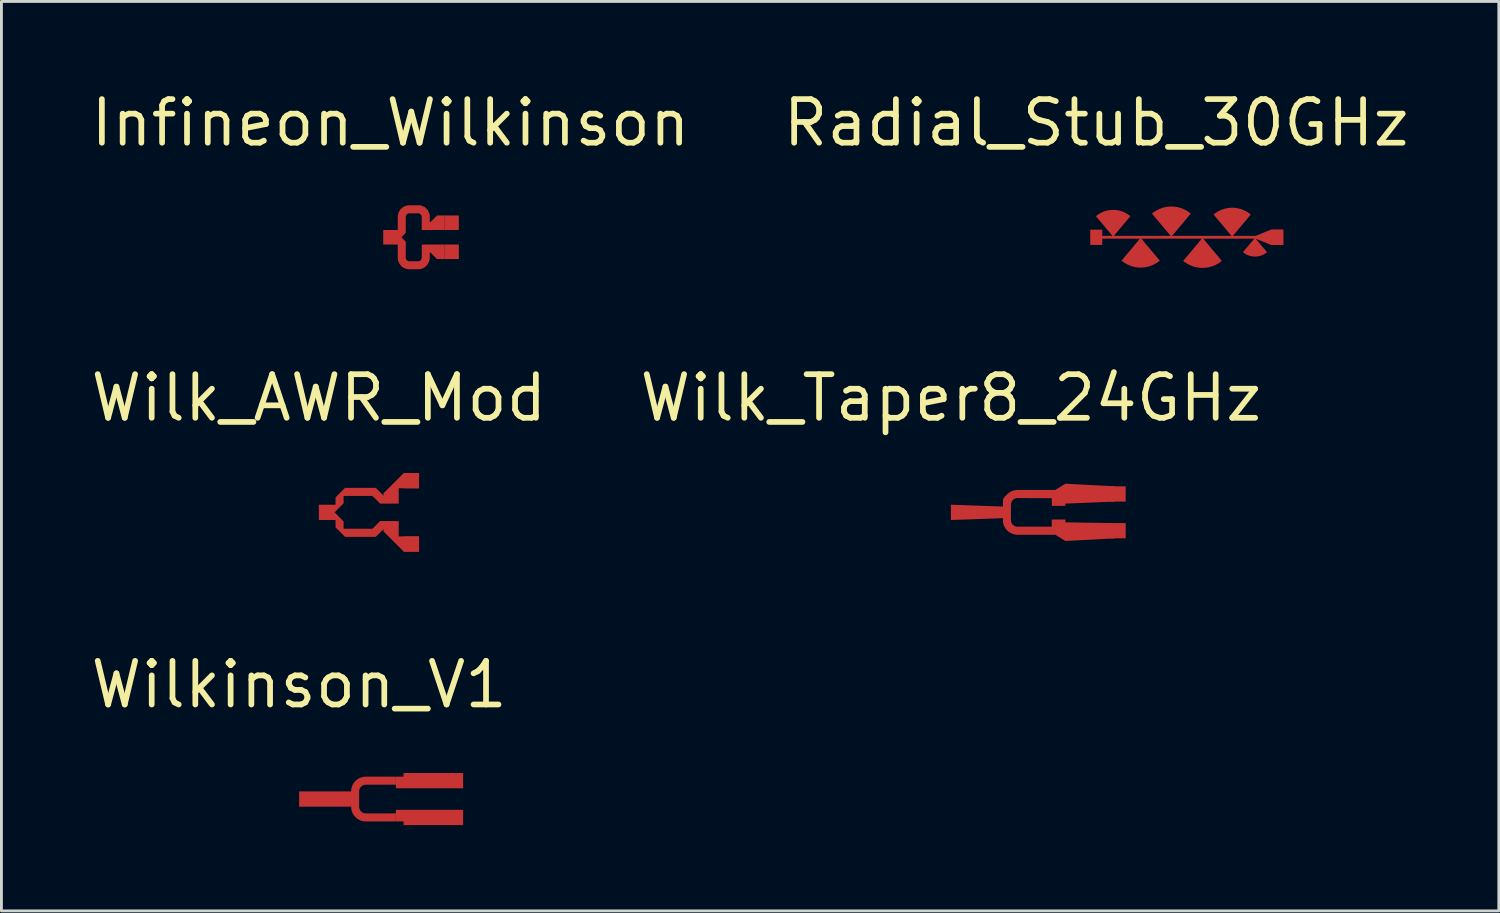
<source format=kicad_pcb>
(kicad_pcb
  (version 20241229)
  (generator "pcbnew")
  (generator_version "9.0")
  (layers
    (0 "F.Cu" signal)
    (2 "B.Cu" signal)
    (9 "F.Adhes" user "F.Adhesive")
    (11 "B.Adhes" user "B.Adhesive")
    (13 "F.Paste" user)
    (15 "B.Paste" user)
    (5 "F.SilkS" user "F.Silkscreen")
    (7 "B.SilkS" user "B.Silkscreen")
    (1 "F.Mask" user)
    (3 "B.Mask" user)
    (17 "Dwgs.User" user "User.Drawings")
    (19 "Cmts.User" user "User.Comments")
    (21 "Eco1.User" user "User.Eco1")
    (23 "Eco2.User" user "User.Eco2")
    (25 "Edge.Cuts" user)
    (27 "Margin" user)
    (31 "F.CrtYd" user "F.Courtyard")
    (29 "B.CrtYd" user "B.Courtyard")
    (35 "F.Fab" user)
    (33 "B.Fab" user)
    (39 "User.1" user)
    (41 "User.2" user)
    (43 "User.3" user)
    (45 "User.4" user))
  (footprint "Wilk_AWR_Mod"
    (layer "F.Cu")
    (at 8.094 14.857)
    (property "Reference" "Wilk_AWR_Mod" (at 0 -4 0) (layer "F.SilkS") (effects (font (size 1.524 1.524) (thickness 0.2))))
    (attr through_hole)
    (fp_poly (pts (xy 2.43 -0.61) (xy 2.277 -0.61) (xy 2.277 -0.457) (xy 2.277 -0.305) (xy 2.771 -0.305) (xy 2.771 -0.61)) (stroke (width 0) (type solid)) (fill yes) (layer "F.Mask"))
    (fp_poly (pts (xy 2.433 0.305) (xy 2.281 0.305) (xy 2.281 0.457) (xy 2.281 0.61) (xy 2.774 0.61) (xy 2.774 0.305)) (stroke (width 0) (type solid)) (fill yes) (layer "F.Mask"))
    (fp_poly (pts (xy 0 0) (xy 0 -0.559) (xy 0.711 -1.219) (xy 1.981 -1.219) (xy 2.54 -1.778) (xy 3.505 -1.778) (xy 3.505 0.762) (xy 2.946 0.762) (xy 2.946 -0.762) (xy 2.123 -0.762) (xy 2.123 0.762) (xy 2.885 0.762) (xy 3.505 0.762) (xy 3.505 1.778) (xy 2.54 1.778) (xy 1.981 1.219) (xy 0.711 1.219) (xy 0 0.559)) (stroke (width 0) (type solid)) (fill yes) (layer "F.Mask"))
    (pad "1" smd custom (at 0.267 0) (size 0.533 0.533) (layers "F.Cu") (options (anchor rect)) (primitives (gr_poly (pts (xy 0.598 -0.573) (xy 1.605 -0.573) (xy 1.791 -0.388) (xy 1.872 -0.306) (xy 1.876 -0.305) (xy 1.991 -0.305) (xy 2.524 -0.305) (xy 2.524 -0.841) (xy 3.235 -0.841) (xy 3.235 -1.375) (xy 2.702 -1.375) (xy 1.991 -0.664) (xy 1.991 -0.587) (xy 1.805 -0.773) (xy 1.724 -0.854) (xy 1.721 -0.856) (xy 1.605 -0.856) (xy 0.647 -0.856) (xy 0.316 -0.524) (xy 0.316 -0.316) (xy 0.316 -0.267) (xy 0.267 -0.267) (xy -0.267 -0.267) (xy -0.267 0.267) (xy 0.267 0.267) (xy 0.316 0.267) (xy 0.316 0.316) (xy 0.316 0.524) (xy 0.647 0.856) (xy 1.605 0.856) (xy 1.721 0.856) (xy 1.724 0.854) (xy 1.805 0.773) (xy 1.991 0.587) (xy 1.991 0.664) (xy 2.702 1.375) (xy 3.235 1.375) (xy 3.235 0.841) (xy 2.524 0.841) (xy 2.524 0.305) (xy 1.991 0.305) (xy 1.876 0.305) (xy 1.872 0.306) (xy 1.791 0.388) (xy 1.605 0.573) (xy 0.598 0.573) (xy 0.598 0.316) (xy 0.283 0) (xy 0.598 -0.316) (xy 0.598 -0.573)) (width 0) (fill yes))))
    (pad "2" smd rect (at 3.235 -1.108) (size 0.533 0.533) (layers "F.Cu"))
    (pad "3" smd rect (at 3.235 1.108) (size 0.533 0.533) (layers "F.Cu")))
  (footprint "Infineon_Wilkinson"
    (layer "F.Cu")
    (at 10.598 5.243)
    (property "Reference" "Infineon_Wilkinson" (at 0 -4 0) (layer "F.SilkS") (effects (font (size 1.524 1.524) (thickness 0.2))))
    (attr smd)
    (fp_poly (pts (xy 1.234 -0.546) (xy 1.081 -0.546) (xy 1.081 -0.394) (xy 1.081 -0.241) (xy 1.386 -0.241) (xy 1.386 -0.546)) (stroke (width 0) (type solid)) (fill yes) (layer "F.Mask"))
    (fp_poly (pts (xy 1.234 0.241) (xy 1.081 0.241) (xy 1.081 0.394) (xy 1.081 0.546) (xy 1.386 0.546) (xy 1.386 0.241)) (stroke (width 0) (type solid)) (fill yes) (layer "F.Mask"))
    (fp_poly (pts (xy -0.254 0) (xy -0.254 -1.372) (xy 2.134 -1.372) (xy 2.134 0.762) (xy 1.615 0.762) (xy 1.615 -0.762) (xy 0.853 -0.762) (xy 0.853 0.762) (xy 1.615 0.762) (xy 2.134 0.762) (xy 2.134 1.372) (xy -0.254 1.372)) (stroke (width 0) (type solid)) (fill yes) (layer "F.Mask"))
    (pad "1" smd rect (at 2.134 -0.508) (size 0.508 0.508) (layers "F.Cu"))
    (pad "2" smd rect (at 2.134 0.508) (size 0.508 0.508) (layers "F.Cu"))
    (pad "3" smd custom (at 0 0) (size 0.508 0.508) (layers "F.Cu") (options (anchor rect)) (primitives (gr_poly (pts (xy 1.88 0.762) (xy 1.651 0.762) (xy 1.626 0.762) (xy 1.397 0.533) (xy 1.397 0.533) (xy 1.373 0.533) (xy 1.373 0.711) (xy 1.372 0.711) (xy 1.372 0.711) (xy 1.371 0.729) (xy 1.37 0.746) (xy 1.368 0.763) (xy 1.366 0.781) (xy 1.362 0.798) (xy 1.358 0.815) (xy 1.353 0.832) (xy 1.348 0.848) (xy 1.342 0.864) (xy 1.335 0.88) (xy 1.327 0.896) (xy 1.319 0.911) (xy 1.31 0.926) (xy 1.3 0.941) (xy 1.29 0.955) (xy 1.279 0.969) (xy 1.268 0.982) (xy 1.256 0.995) (xy 1.244 1.007) (xy 1.231 1.019) (xy 1.217 1.03) (xy 1.203 1.041) (xy 1.189 1.05) (xy 1.174 1.06) (xy 1.159 1.068) (xy 1.144 1.076) (xy 1.128 1.084) (xy 1.112 1.09) (xy 1.095 1.096) (xy 1.078 1.101) (xy 1.062 1.106) (xy 1.045 1.11) (xy 1.027 1.113) (xy 1.01 1.115) (xy 0.993 1.117) (xy 0.975 1.117) (xy 0.965 1.118) (xy 0.962 1.118) (xy 0.664 1.118) (xy 0.66 1.118) (xy 0.643 1.117) (xy 0.626 1.116) (xy 0.608 1.114) (xy 0.591 1.112) (xy 0.574 1.108) (xy 0.557 1.104) (xy 0.54 1.099) (xy 0.524 1.094) (xy 0.507 1.088) (xy 0.491 1.081) (xy 0.475 1.073) (xy 0.46 1.065) (xy 0.445 1.056) (xy 0.431 1.046) (xy 0.416 1.036) (xy 0.403 1.025) (xy 0.389 1.014) (xy 0.377 1.002) (xy 0.364 0.99) (xy 0.353 0.977) (xy 0.342 0.963) (xy 0.331 0.949) (xy 0.321 0.935) (xy 0.312 0.92) (xy 0.303 0.905) (xy 0.295 0.89) (xy 0.288 0.874) (xy 0.281 0.858) (xy 0.275 0.841) (xy 0.27 0.824) (xy 0.266 0.808) (xy 0.262 0.791) (xy 0.259 0.773) (xy 0.256 0.756) (xy 0.255 0.739) (xy 0.254 0.721) (xy 0.254 0.711) (xy 0.254 0.709) (xy 0.254 0.709) (xy 0.254 0.254) (xy 0.229 0.254) (xy -0.254 0.254) (xy -0.254 0) (xy -0.254 -0.254) (xy 0.229 -0.254) (xy 0.254 -0.254) (xy 0.254 -0.713) (xy 0.254 -0.713) (xy 0.254 -0.73) (xy 0.256 -0.748) (xy 0.258 -0.765) (xy 0.26 -0.782) (xy 0.264 -0.8) (xy 0.268 -0.817) (xy 0.273 -0.833) (xy 0.278 -0.85) (xy 0.285 -0.866) (xy 0.292 -0.882) (xy 0.299 -0.898) (xy 0.308 -0.913) (xy 0.317 -0.928) (xy 0.326 -0.943) (xy 0.337 -0.957) (xy 0.347 -0.97) (xy 0.359 -0.984) (xy 0.371 -0.996) (xy 0.383 -1.008) (xy 0.396 -1.02) (xy 0.41 -1.031) (xy 0.424 -1.042) (xy 0.438 -1.051) (xy 0.453 -1.061) (xy 0.468 -1.069) (xy 0.484 -1.077) (xy 0.5 -1.084) (xy 0.516 -1.091) (xy 0.532 -1.097) (xy 0.549 -1.102) (xy 0.566 -1.106) (xy 0.583 -1.11) (xy 0.6 -1.113) (xy 0.617 -1.115) (xy 0.635 -1.117) (xy 0.652 -1.118) (xy 0.66 -1.118) (xy 0.663 -1.118) (xy 0.907 -1.118) (xy 0.907 -1.118) (xy 0.965 -1.118) (xy 1.046 -1.118) (xy 1.196 -1.056) (xy 1.31 -0.942) (xy 1.372 -0.792) (xy 1.372 -0.711) (xy 1.372 -0.683) (xy 1.372 -0.682) (xy 1.372 -0.532) (xy 1.397 -0.532) (xy 1.397 -0.533) (xy 1.626 -0.762) (xy 1.651 -0.762) (xy 1.88 -0.762) (xy 1.88 -0.254) (xy 1.651 -0.254) (xy 1.626 -0.254) (xy 1.422 -0.254) (xy 1.422 -0.252) (xy 1.372 -0.252) (xy 1.346 -0.252) (xy 1.092 -0.252) (xy 1.092 -0.682) (xy 1.092 -0.683) (xy 1.092 -0.711) (xy 1.089 -0.736) (xy 1.07 -0.782) (xy 1.036 -0.816) (xy 0.99 -0.835) (xy 0.965 -0.838) (xy 0.907 -0.838) (xy 0.907 -0.838) (xy 0.659 -0.838) (xy 0.659 -0.838) (xy 0.653 -0.838) (xy 0.636 -0.836) (xy 0.619 -0.831) (xy 0.603 -0.824) (xy 0.588 -0.815) (xy 0.574 -0.804) (xy 0.562 -0.792) (xy 0.552 -0.778) (xy 0.544 -0.762) (xy 0.538 -0.746) (xy 0.535 -0.729) (xy 0.533 -0.711) (xy 0.533 -0.708) (xy 0.533 -0.254) (xy 0.533 -0.254) (xy 0.533 -0.152) (xy 0.381 0) (xy 0.533 0.152) (xy 0.533 0.254) (xy 0.533 0.254) (xy 0.533 0.708) (xy 0.533 0.711) (xy 0.534 0.717) (xy 0.535 0.734) (xy 0.54 0.751) (xy 0.546 0.767) (xy 0.555 0.782) (xy 0.566 0.796) (xy 0.578 0.808) (xy 0.592 0.818) (xy 0.608 0.827) (xy 0.624 0.833) (xy 0.641 0.837) (xy 0.658 0.838) (xy 0.658 0.838) (xy 0.963 0.838) (xy 0.963 0.838) (xy 0.965 0.838) (xy 0.973 0.838) (xy 0.99 0.836) (xy 1.007 0.831) (xy 1.023 0.824) (xy 1.038 0.815) (xy 1.051 0.804) (xy 1.063 0.792) (xy 1.073 0.778) (xy 1.082 0.762) (xy 1.087 0.746) (xy 1.091 0.729) (xy 1.092 0.711) (xy 1.093 0.694) (xy 1.094 0.689) (xy 1.094 0.254) (xy 1.234 0.254) (xy 1.373 0.254) (xy 1.373 0.254) (xy 1.42 0.254) (xy 1.42 0.254) (xy 1.626 0.254) (xy 1.651 0.254) (xy 1.88 0.254) (xy 1.88 0.762)) (width 0.001) (fill yes)))))
  (footprint "Wilk_Taper8_24GHz"
    (layer "F.Cu")
    (at 30.185 14.857)
    (property "Reference" "Wilk_Taper8_24GHz" (at 0 -4 0) (layer "F.SilkS") (effects (font (size 1.524 1.524) (thickness 0.2))))
    (attr smd)
    (fp_poly (pts (xy 3.774 -0.533) (xy 3.621 -0.533) (xy 3.621 -0.38) (xy 3.621 -0.228) (xy 3.926 -0.228) (xy 3.926 -0.533)) (stroke (width 0) (type solid)) (fill yes) (layer "F.Mask"))
    (fp_poly (pts (xy 3.774 0.252) (xy 3.621 0.252) (xy 3.621 0.404) (xy 3.621 0.556) (xy 3.926 0.556) (xy 3.926 0.252)) (stroke (width 0) (type solid)) (fill yes) (layer "F.Mask"))
    (fp_poly (pts (xy 1.778 1.372) (xy 1.778 0.762) (xy 0 0.762) (xy 0 -0.683) (xy 1.778 -0.686) (xy 1.778 -1.369) (xy 5.733 -1.369) (xy 5.733 0.765) (xy 4.155 0.762) (xy 4.155 -0.762) (xy 3.393 -0.762) (xy 3.393 0.762) (xy 4.155 0.762) (xy 5.74 0.762) (xy 5.74 1.372)) (stroke (width 0) (type solid)) (fill yes) (layer "F.Mask"))
    (pad "1" smd custom (at 0.25 0) (size 0.5 0.5) (layers "F.Cu") (options (anchor circle)) (primitives (gr_poly (pts (xy 5.481 0.909) (xy 3.75 1) (xy 3.398 0.783) (xy 3.132 0.783) (xy 2.083 0.783) (xy 2.038 0.781) (xy 1.993 0.775) (xy 1.949 0.765) (xy 1.906 0.752) (xy 1.864 0.735) (xy 1.825 0.714) (xy 1.786 0.69) (xy 1.751 0.662) (xy 1.718 0.632) (xy 1.687 0.599) (xy 1.66 0.563) (xy 1.636 0.525) (xy 1.612 0.487) (xy 1.604 0.463) (xy 1.597 0.447) (xy 1.583 0.403) (xy 1.573 0.369) (xy 1.566 0.203) (xy -0.25 0.267) (xy -0.25 -0.267) (xy 1.567 -0.203) (xy 1.571 -0.426) (xy 1.577 -0.465) (xy 1.593 -0.494) (xy 1.61 -0.515) (xy 1.623 -0.534) (xy 1.632 -0.549) (xy 1.649 -0.566) (xy 1.687 -0.599) (xy 1.718 -0.632) (xy 1.751 -0.662) (xy 1.786 -0.69) (xy 1.825 -0.714) (xy 1.864 -0.735) (xy 1.906 -0.752) (xy 1.949 -0.765) (xy 1.993 -0.775) (xy 2.038 -0.781) (xy 2.083 -0.783) (xy 3.132 -0.783) (xy 3.398 -0.783) (xy 3.398 -0.783) (xy 3.75 -1) (xy 5.481 -0.909) (xy 5.481 -0.376) (xy 3.751 -0.306) (xy 3.751 -0.228) (xy 3.279 -0.228) (xy 3.276 -0.495) (xy 2.13 -0.5) (xy 2.042 -0.499) (xy 2.002 -0.488) (xy 1.965 -0.471) (xy 1.931 -0.447) (xy 1.902 -0.418) (xy 1.878 -0.385) (xy 1.861 -0.347) (xy 1.851 -0.308) (xy 1.847 -0.267) (xy 1.847 0.263) (xy 1.851 0.304) (xy 1.861 0.347) (xy 1.878 0.385) (xy 1.902 0.418) (xy 1.931 0.447) (xy 1.965 0.471) (xy 2.002 0.488) (xy 2.042 0.499) (xy 2.083 0.502) (xy 3.275 0.5) (xy 3.275 0.35) (xy 3.274 0.35) (xy 3.274 0.252) (xy 3.751 0.252) (xy 3.751 0.35) (xy 5.481 0.376) (xy 5.481 0.909)) (width 0.001) (fill yes))))
    (pad "2" smd rect (at 5.842 0.641) (size 0.533 0.533) (layers "F.Cu"))
    (pad "3" smd rect (at 5.842 -0.643) (size 0.533 0.533) (layers "F.Cu")))
  (footprint "Wilkinson_V1"
    (layer "F.Cu")
    (at 7.405 24.877)
    (property "Reference" "Wilkinson_V1" (at 0 -4 0) (layer "F.SilkS") (effects (font (size 1.524 1.524) (thickness 0.2))))
    (attr through_hole)
    (pad "1" smd custom (at 5.464 -0.643) (size 0.533 0.533) (layers "F.Cu" "F.Mask") (options (anchor rect)) (primitives (gr_poly (pts (xy -2.083 0.267) (xy -2.083 -0.14) (xy -1.816 -0.14) (xy -1.816 -0.267) (xy -1.549 -0.267) (xy 0.267 -0.267) (xy 0.267 0.267) (xy -1.549 0.267) (xy -2.083 0.267)) (width 0) (fill yes))))
    (pad "2" smd custom (at 5.464 0.643) (size 0.533 0.533) (layers "F.Cu" "F.Mask") (options (anchor rect)) (primitives (gr_poly (pts (xy -2.083 0.14) (xy -2.083 -0.267) (xy -1.549 -0.267) (xy 0.267 -0.267) (xy 0.267 0.267) (xy -1.549 0.267) (xy -1.816 0.267) (xy -1.816 0.14) (xy -2.083 0.14)) (width 0) (fill yes))))
    (pad "3" smd custom (at 0.267 0) (size 0.533 0.533) (layers "F.Cu" "F.Mask") (options (anchor rect)) (primitives (gr_poly (pts (xy 3.114 -0.502) (xy 3.114 -0.783) (xy 2.065 -0.783) (xy 2.02 -0.781) (xy 1.976 -0.775) (xy 1.932 -0.765) (xy 1.889 -0.752) (xy 1.847 -0.735) (xy 1.807 -0.714) (xy 1.769 -0.69) (xy 1.734 -0.662) (xy 1.7 -0.632) (xy 1.67 -0.599) (xy 1.643 -0.563) (xy 1.618 -0.525) (xy 1.598 -0.485) (xy 1.58 -0.443) (xy 1.567 -0.4) (xy 1.557 -0.356) (xy 1.551 -0.312) (xy 1.549 -0.267) (xy -0.267 -0.267) (xy -0.267 0.267) (xy 1.549 0.267) (xy 1.551 0.312) (xy 1.557 0.356) (xy 1.567 0.4) (xy 1.58 0.443) (xy 1.598 0.485) (xy 1.618 0.525) (xy 1.643 0.563) (xy 1.67 0.599) (xy 1.7 0.632) (xy 1.734 0.662) (xy 1.769 0.69) (xy 1.807 0.714) (xy 1.847 0.735) (xy 1.889 0.752) (xy 1.932 0.765) (xy 1.976 0.775) (xy 2.02 0.781) (xy 2.065 0.783) (xy 3.114 0.783) (xy 3.114 0.502) (xy 2.065 0.502) (xy 2.024 0.499) (xy 1.985 0.488) (xy 1.948 0.471) (xy 1.914 0.447) (xy 1.885 0.418) (xy 1.861 0.385) (xy 1.844 0.347) (xy 1.833 0.308) (xy 1.83 0.267) (xy 1.83 -0.267) (xy 1.833 -0.308) (xy 1.844 -0.347) (xy 1.861 -0.385) (xy 1.885 -0.418) (xy 1.914 -0.447) (xy 1.948 -0.471) (xy 1.985 -0.488) (xy 2.024 -0.499) (xy 2.065 -0.502) (xy 3.114 -0.502)) (width 0) (fill yes)))))
  (footprint "Radial_Stub_30GHz"
    (layer "F.Cu")
    (at 35.265 5.243)
    (property "Reference" "Radial_Stub_30GHz" (at 0 -4 0) (layer "F.SilkS") (effects (font (size 1.524 1.524) (thickness 0.2))))
    (attr through_hole)
    (pad "1" smd custom (at 0 0) (size 0.42 0.533) (layers "F.Cu" "F.Mask" "F.Paste") (options (anchor rect)) (primitives (gr_poly (pts (xy 6.536 -0.267) (xy 6.102 -0.267) (xy 5.571 -0.049) (xy 5.523 -0.049) (xy 4.774 -0.049) (xy 5.401 -0.796) (xy 5.326 -0.853) (xy 5.246 -0.903) (xy 5.162 -0.945) (xy 5.074 -0.979) (xy 4.983 -1.005) (xy 4.891 -1.023) (xy 4.797 -1.032) (xy 4.703 -1.032) (xy 4.609 -1.023) (xy 4.516 -1.005) (xy 4.426 -0.979) (xy 4.338 -0.945) (xy 4.254 -0.903) (xy 4.174 -0.853) (xy 4.099 -0.796) (xy 4.726 -0.049) (xy 3.737 -0.049) (xy 3.689 -0.049) (xy 2.649 -0.049) (xy 3.303 -0.828) (xy 3.225 -0.888) (xy 3.142 -0.94) (xy 3.054 -0.984) (xy 2.962 -1.02) (xy 2.868 -1.047) (xy 2.772 -1.065) (xy 2.674 -1.074) (xy 2.576 -1.074) (xy 2.478 -1.065) (xy 2.381 -1.047) (xy 2.287 -1.02) (xy 2.195 -0.984) (xy 2.108 -0.94) (xy 2.024 -0.888) (xy 1.946 -0.828) (xy 2.6 -0.049) (xy 1.576 -0.049) (xy 1.527 -0.049) (xy 0.615 -0.049) (xy 1.193 -0.738) (xy 1.124 -0.791) (xy 1.05 -0.838) (xy 0.972 -0.877) (xy 0.89 -0.909) (xy 0.807 -0.933) (xy 0.721 -0.949) (xy 0.634 -0.957) (xy 0.547 -0.957) (xy 0.46 -0.949) (xy 0.374 -0.933) (xy 0.29 -0.909) (xy 0.209 -0.877) (xy 0.131 -0.838) (xy 0.057 -0.791) (xy -0.013 -0.738) (xy 0.566 -0.049) (xy 0.21 -0.049) (xy 0.21 -0.267) (xy -0.21 -0.267) (xy -0.21 0.000015) (xy -0.21 0.267) (xy 0.21 0.267) (xy 0.21 0.049) (xy 0.566 0.049) (xy 0.615 0.049) (xy 1.527 0.049) (xy 0.883 0.816) (xy 0.96 0.875) (xy 1.042 0.926) (xy 1.128 0.97) (xy 1.219 1.005) (xy 1.312 1.032) (xy 1.407 1.05) (xy 1.503 1.059) (xy 1.6 1.059) (xy 1.696 1.05) (xy 1.791 1.032) (xy 1.884 1.005) (xy 1.974 0.97) (xy 2.061 0.926) (xy 2.143 0.875) (xy 2.22 0.816) (xy 1.576 0.049) (xy 2.6 0.049) (xy 2.649 0.049) (xy 3.689 0.049) (xy 3.037 0.825) (xy 3.115 0.884) (xy 3.198 0.936) (xy 3.285 0.98) (xy 3.377 1.016) (xy 3.47 1.043) (xy 3.567 1.061) (xy 3.664 1.07) (xy 3.762 1.07) (xy 3.859 1.061) (xy 3.955 1.043) (xy 4.049 1.016) (xy 4.141 0.98) (xy 4.228 0.936) (xy 4.311 0.884) (xy 4.389 0.825) (xy 3.737 0.049) (xy 4.726 0.049) (xy 4.774 0.049) (xy 5.523 0.049) (xy 5.126 0.521) (xy 5.174 0.558) (xy 5.226 0.591) (xy 5.28 0.618) (xy 5.337 0.64) (xy 5.396 0.657) (xy 5.456 0.668) (xy 5.516 0.674) (xy 5.577 0.674) (xy 5.638 0.668) (xy 5.698 0.657) (xy 5.756 0.64) (xy 5.813 0.618) (xy 5.868 0.591) (xy 5.919 0.558) (xy 5.968 0.521) (xy 5.571 0.049) (xy 6.102 0.267) (xy 6.536 0.267) (xy 6.536 0.000015) (xy 6.536 -0.267)) (width 0) (fill yes))))
    (pad "1" smd rect (at 6.326 0) (size 0.42 0.533) (layers "F.Cu" "F.Mask" "F.Paste")))
  (gr_rect
    (start -3 -3)
    (end 49.335 28.787)
    (stroke (width 0.1) (type default))
    (fill no)
    (layer "Edge.Cuts")))
</source>
